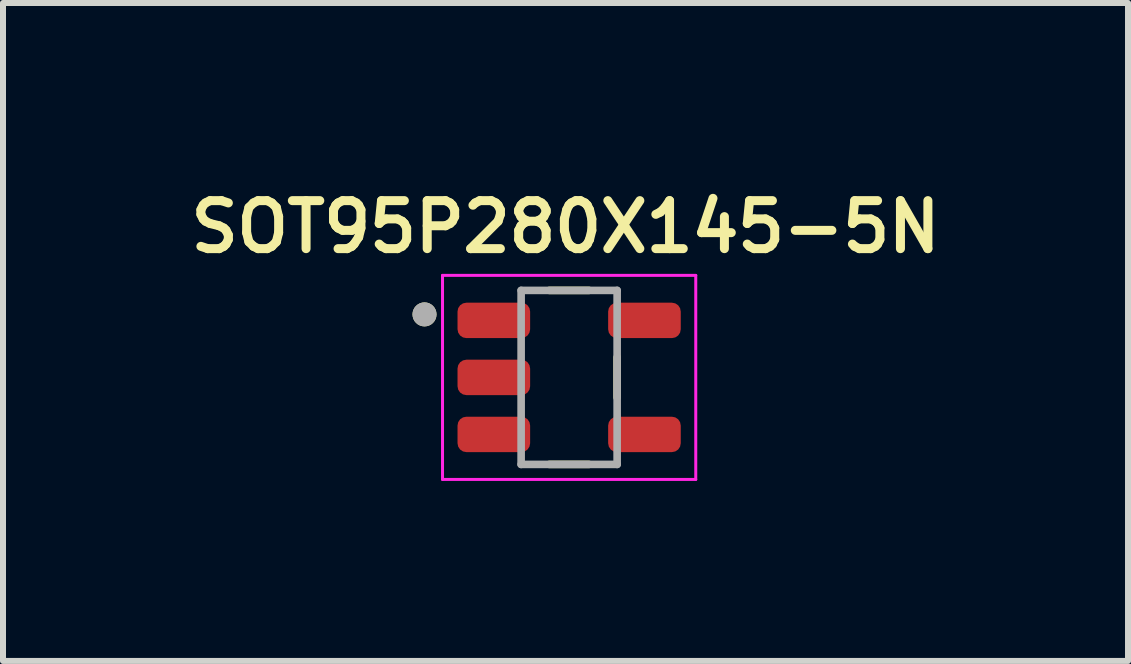
<source format=kicad_pcb>
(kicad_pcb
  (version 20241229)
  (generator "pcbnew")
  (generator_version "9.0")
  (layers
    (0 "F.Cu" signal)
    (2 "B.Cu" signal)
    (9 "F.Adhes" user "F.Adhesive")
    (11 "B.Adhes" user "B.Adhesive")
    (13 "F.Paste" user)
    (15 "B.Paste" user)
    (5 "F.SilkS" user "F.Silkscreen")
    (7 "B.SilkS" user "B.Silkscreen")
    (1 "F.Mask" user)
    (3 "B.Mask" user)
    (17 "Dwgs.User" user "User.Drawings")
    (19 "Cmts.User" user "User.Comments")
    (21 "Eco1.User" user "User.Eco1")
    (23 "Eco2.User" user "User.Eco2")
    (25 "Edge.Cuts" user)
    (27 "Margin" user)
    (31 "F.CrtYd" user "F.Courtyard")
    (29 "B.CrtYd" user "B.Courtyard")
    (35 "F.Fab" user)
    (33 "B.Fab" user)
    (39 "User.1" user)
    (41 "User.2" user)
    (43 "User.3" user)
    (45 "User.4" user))
  (footprint "SOT95P280X145-5N"
    (layer "F.Cu")
    (at 6.434 3.239)
    (property "Reference" "SOT95P280X145-5N" (at -0.06 -2.508 0) (layer "F.SilkS") (effects (font (size 0.8 0.8) (thickness 0.15))))
    (attr smd)
    (fp_line (start -0.33 -1.45) (end 0.33 -1.45) (stroke (width 0.127) (type solid)) (layer "F.SilkS"))
    (fp_line (start 0.33 1.45) (end -0.33 1.45) (stroke (width 0.127) (type solid)) (layer "F.SilkS"))
    (fp_line (start 0.8 -0.335) (end 0.8 0.335) (stroke (width 0.127) (type solid)) (layer "F.SilkS"))
    (fp_circle (center -2.41 -1.05) (end -2.31 -1.05) (stroke (width 0.2) (type solid)) (fill no) (layer "F.SilkS"))
    (fp_line (start -2.11 -1.7) (end 2.11 -1.7) (stroke (width 0.05) (type solid)) (layer "F.CrtYd"))
    (fp_line (start -2.11 1.7) (end -2.11 -1.7) (stroke (width 0.05) (type solid)) (layer "F.CrtYd"))
    (fp_line (start 2.11 -1.7) (end 2.11 1.7) (stroke (width 0.05) (type solid)) (layer "F.CrtYd"))
    (fp_line (start 2.11 1.7) (end -2.11 1.7) (stroke (width 0.05) (type solid)) (layer "F.CrtYd"))
    (fp_line (start -0.8 -1.45) (end 0.8 -1.45) (stroke (width 0.127) (type solid)) (layer "F.Fab"))
    (fp_line (start -0.8 1.45) (end -0.8 -1.45) (stroke (width 0.127) (type solid)) (layer "F.Fab"))
    (fp_line (start 0.8 -1.45) (end 0.8 1.45) (stroke (width 0.127) (type solid)) (layer "F.Fab"))
    (fp_line (start 0.8 1.45) (end -0.8 1.45) (stroke (width 0.127) (type solid)) (layer "F.Fab"))
    (fp_circle (center -2.41 -1.05) (end -2.31 -1.05) (stroke (width 0.2) (type solid)) (fill no) (layer "F.Fab"))
    (pad "1" smd roundrect (at -1.255 -0.95) (size 1.21 0.59) (layers "F.Cu" "F.Mask" "F.Paste") (roundrect_rratio 0.25))
    (pad "2" smd roundrect (at -1.255 0) (size 1.21 0.59) (layers "F.Cu" "F.Mask" "F.Paste") (roundrect_rratio 0.25))
    (pad "3" smd roundrect (at -1.255 0.95) (size 1.21 0.59) (layers "F.Cu" "F.Mask" "F.Paste") (roundrect_rratio 0.25))
    (pad "4" smd roundrect (at 1.255 0.95) (size 1.21 0.59) (layers "F.Cu" "F.Mask" "F.Paste") (roundrect_rratio 0.25))
    (pad "5" smd roundrect (at 1.255 -0.95) (size 1.21 0.59) (layers "F.Cu" "F.Mask" "F.Paste") (roundrect_rratio 0.25)))
  (gr_rect
    (start -3 -3)
    (end 15.747 7.964)
    (stroke (width 0.1) (type default))
    (fill no)
    (layer "Edge.Cuts")))
</source>
